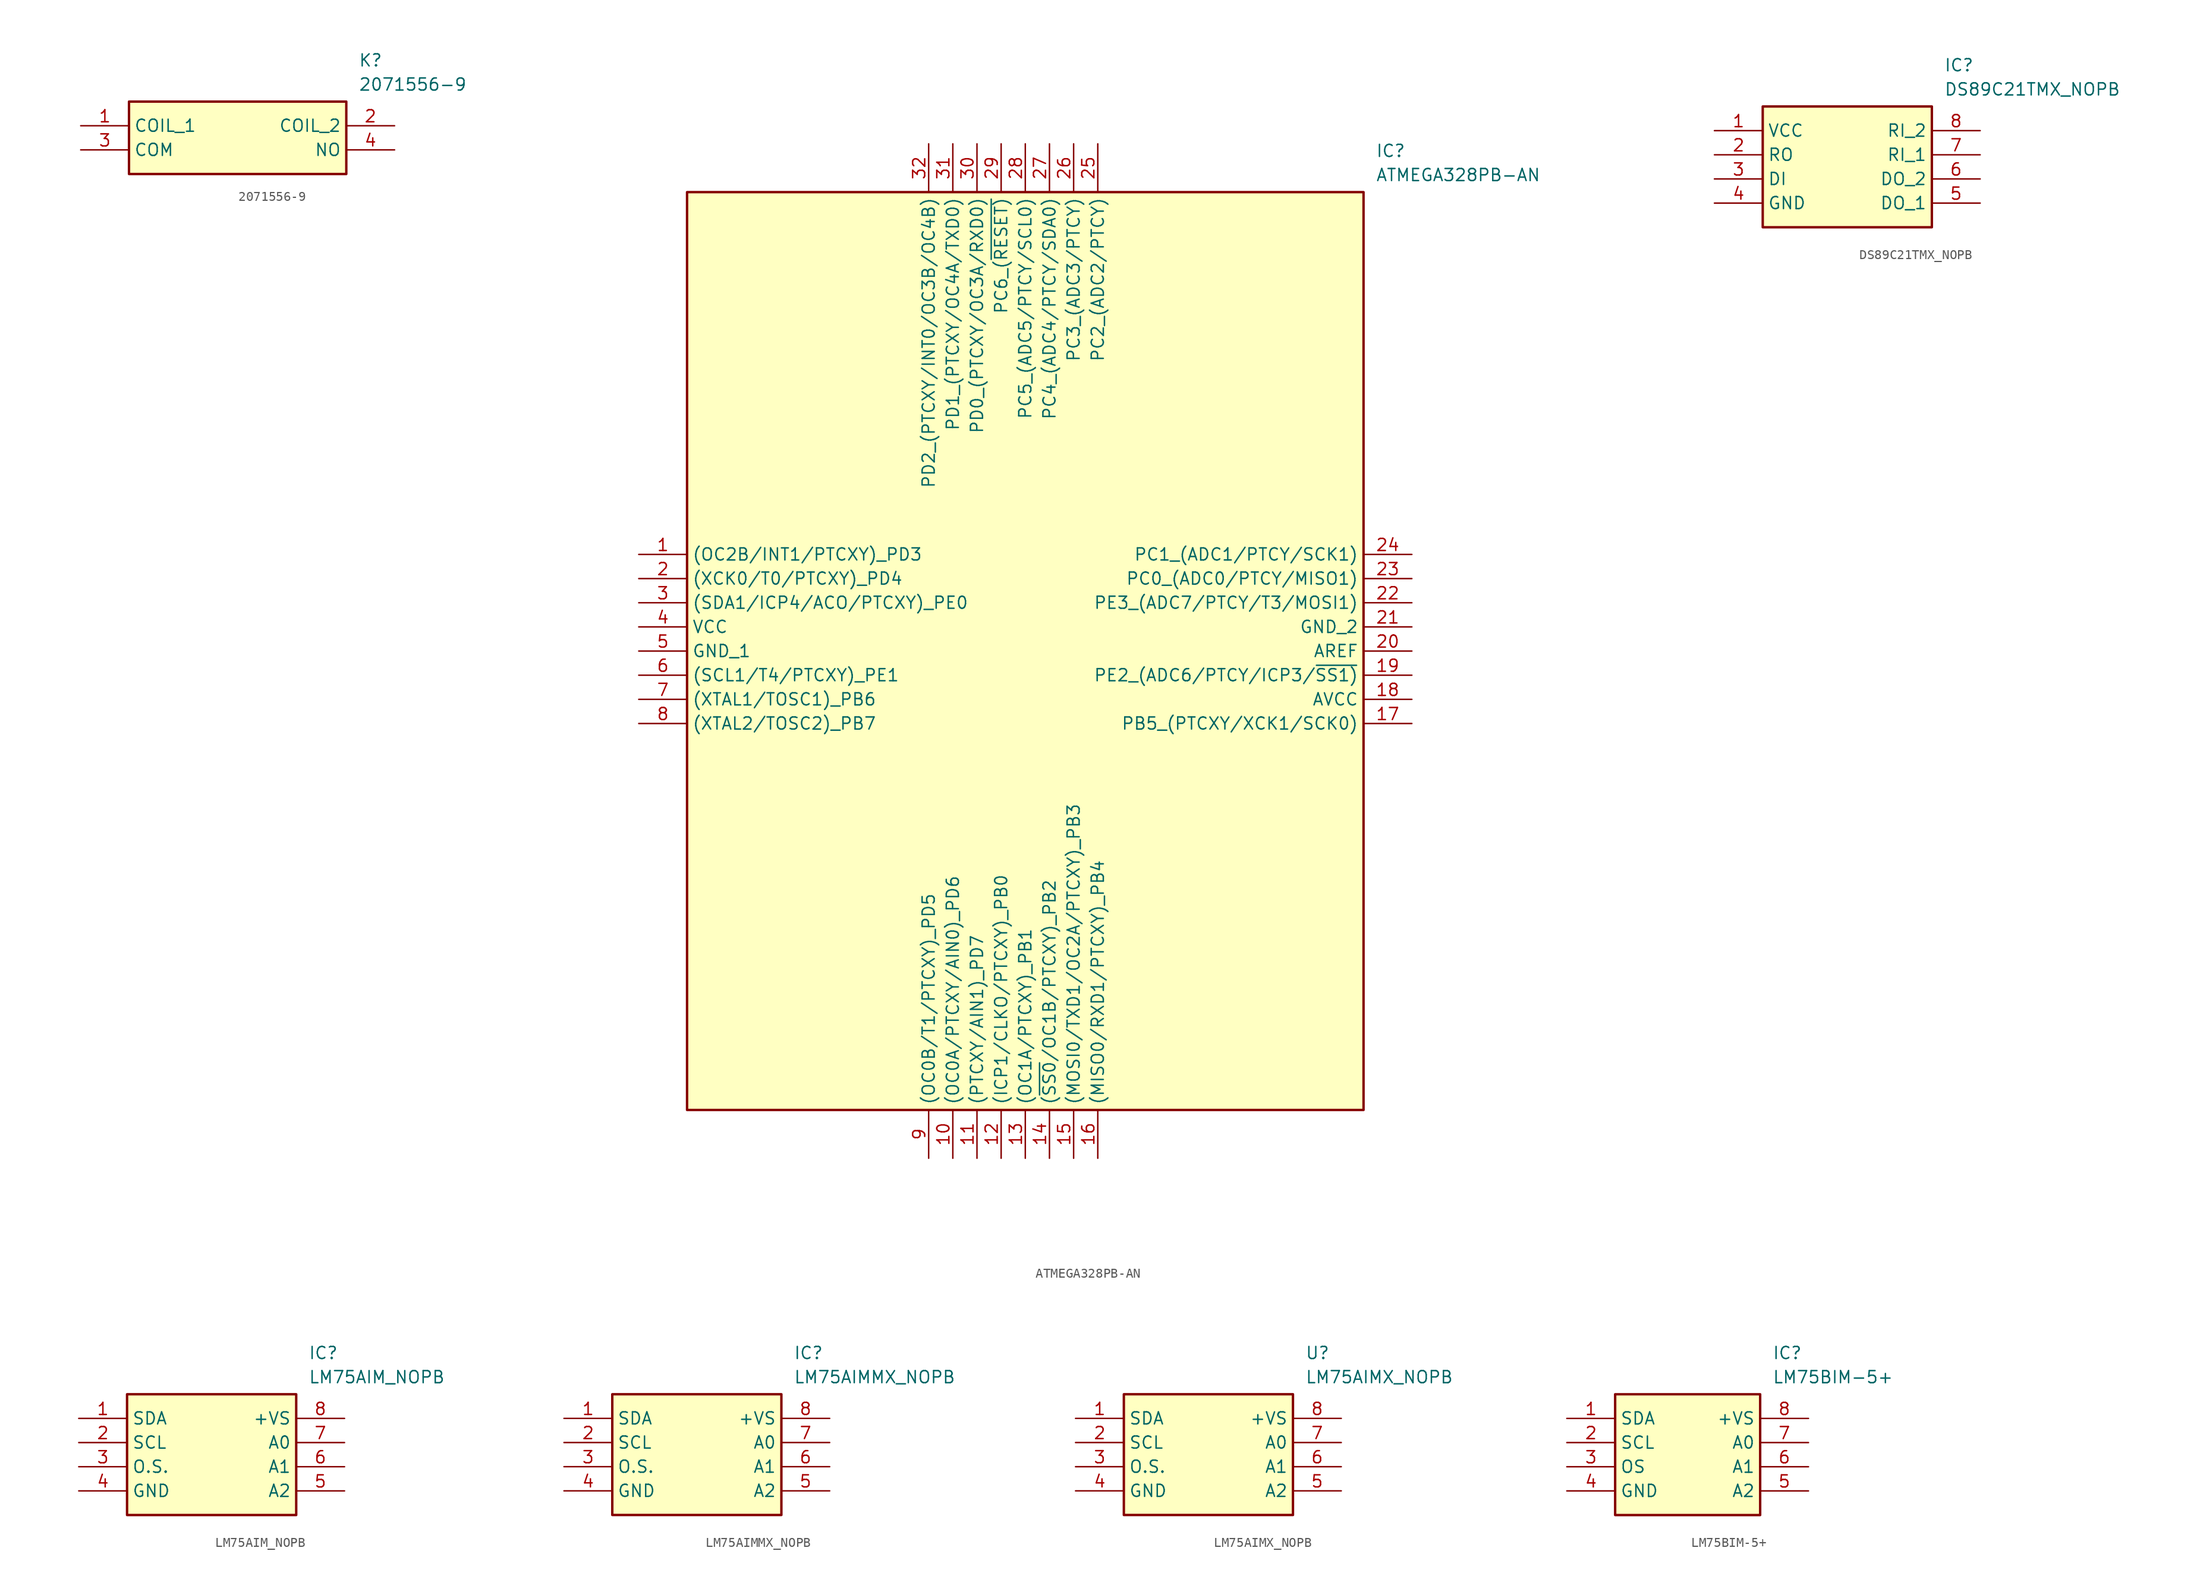
<source format=kicad_sym>
(kicad_symbol_lib
  (version 20220914)
  (generator kicad_symbol_editor)
  (symbol "2071556-9"
    (property "Reference" "K"
      (at 29.21 7.62 0)
      (effects (font (size 1.27 1.27)) (justify left top)))
    (property "Value" "2071556-9"
      (at 29.21 5.08 0)
      (effects (font (size 1.27 1.27)) (justify left top)))
    (rectangle
      (start 5.08 2.54)
      (end 27.94 -5.08)
      (stroke (width 0.254) (type default))
      (fill (type background)))
    (pin passive line
      (at 0 0 0)
      (length 5.08)
      (name "COIL_1" (effects (font (size 1.27 1.27))))
      (number "1" (effects (font (size 1.27 1.27)))))
    (pin passive line
      (at 33.02 0 180)
      (length 5.08)
      (name "COIL_2" (effects (font (size 1.27 1.27))))
      (number "2" (effects (font (size 1.27 1.27)))))
    (pin passive line
      (at 0 -2.54 0)
      (length 5.08)
      (name "COM" (effects (font (size 1.27 1.27))))
      (number "3" (effects (font (size 1.27 1.27)))))
    (pin passive line
      (at 33.02 -2.54 180)
      (length 5.08)
      (name "NO" (effects (font (size 1.27 1.27))))
      (number "4" (effects (font (size 1.27 1.27))))))
  (symbol "ATMEGA328PB-AN"
    (property "Reference" "IC"
      (at 77.47 43.18 0)
      (effects (font (size 1.27 1.27)) (justify left top)))
    (property "Value" "ATMEGA328PB-AN"
      (at 77.47 40.64 0)
      (effects (font (size 1.27 1.27)) (justify left top)))
    (rectangle
      (start 5.08 38.1)
      (end 76.2 -58.42)
      (stroke (width 0.254) (type default))
      (fill (type background)))
    (pin passive line
      (at 0 0 0)
      (length 5.08)
      (name "(OC2B/INT1/PTCXY)_PD3" (effects (font (size 1.27 1.27))))
      (number "1" (effects (font (size 1.27 1.27)))))
    (pin passive line
      (at 0 -2.54 0)
      (length 5.08)
      (name "(XCK0/T0/PTCXY)_PD4" (effects (font (size 1.27 1.27))))
      (number "2" (effects (font (size 1.27 1.27)))))
    (pin passive line
      (at 0 -5.08 0)
      (length 5.08)
      (name "(SDA1/ICP4/ACO/PTCXY)_PE0" (effects (font (size 1.27 1.27))))
      (number "3" (effects (font (size 1.27 1.27)))))
    (pin passive line
      (at 0 -7.62 0)
      (length 5.08)
      (name "VCC" (effects (font (size 1.27 1.27))))
      (number "4" (effects (font (size 1.27 1.27)))))
    (pin passive line
      (at 0 -10.16 0)
      (length 5.08)
      (name "GND_1" (effects (font (size 1.27 1.27))))
      (number "5" (effects (font (size 1.27 1.27)))))
    (pin passive line
      (at 0 -12.7 0)
      (length 5.08)
      (name "(SCL1/T4/PTCXY)_PE1" (effects (font (size 1.27 1.27))))
      (number "6" (effects (font (size 1.27 1.27)))))
    (pin passive line
      (at 0 -15.24 0)
      (length 5.08)
      (name "(XTAL1/TOSC1)_PB6" (effects (font (size 1.27 1.27))))
      (number "7" (effects (font (size 1.27 1.27)))))
    (pin passive line
      (at 0 -17.78 0)
      (length 5.08)
      (name "(XTAL2/TOSC2)_PB7" (effects (font (size 1.27 1.27))))
      (number "8" (effects (font (size 1.27 1.27)))))
    (pin passive line
      (at 30.48 -63.5 90)
      (length 5.08)
      (name "(OC0B/T1/PTCXY)_PD5" (effects (font (size 1.27 1.27))))
      (number "9" (effects (font (size 1.27 1.27)))))
    (pin passive line
      (at 33.02 -63.5 90)
      (length 5.08)
      (name "(OC0A/PTCXY/AIN0)_PD6" (effects (font (size 1.27 1.27))))
      (number "10" (effects (font (size 1.27 1.27)))))
    (pin passive line
      (at 35.56 -63.5 90)
      (length 5.08)
      (name "(PTCXY/AIN1)_PD7" (effects (font (size 1.27 1.27))))
      (number "11" (effects (font (size 1.27 1.27)))))
    (pin passive line
      (at 38.1 -63.5 90)
      (length 5.08)
      (name "(ICP1/CLKO/PTCXY)_PB0" (effects (font (size 1.27 1.27))))
      (number "12" (effects (font (size 1.27 1.27)))))
    (pin passive line
      (at 40.64 -63.5 90)
      (length 5.08)
      (name "(OC1A/PTCXY)_PB1" (effects (font (size 1.27 1.27))))
      (number "13" (effects (font (size 1.27 1.27)))))
    (pin passive line
      (at 43.18 -63.5 90)
      (length 5.08)
      (name "(~{SS0}/OC1B/PTCXY)_PB2" (effects (font (size 1.27 1.27))))
      (number "14" (effects (font (size 1.27 1.27)))))
    (pin passive line
      (at 45.72 -63.5 90)
      (length 5.08)
      (name "(MOSI0/TXD1/OC2A/PTCXY)_PB3" (effects (font (size 1.27 1.27))))
      (number "15" (effects (font (size 1.27 1.27)))))
    (pin passive line
      (at 48.26 -63.5 90)
      (length 5.08)
      (name "(MISO0/RXD1/PTCXY)_PB4" (effects (font (size 1.27 1.27))))
      (number "16" (effects (font (size 1.27 1.27)))))
    (pin passive line
      (at 81.28 0 180)
      (length 5.08)
      (name "PC1_(ADC1/PTCY/SCK1)" (effects (font (size 1.27 1.27))))
      (number "24" (effects (font (size 1.27 1.27)))))
    (pin passive line
      (at 81.28 -2.54 180)
      (length 5.08)
      (name "PC0_(ADC0/PTCY/MISO1)" (effects (font (size 1.27 1.27))))
      (number "23" (effects (font (size 1.27 1.27)))))
    (pin passive line
      (at 81.28 -5.08 180)
      (length 5.08)
      (name "PE3_(ADC7/PTCY/T3/MOSI1)" (effects (font (size 1.27 1.27))))
      (number "22" (effects (font (size 1.27 1.27)))))
    (pin passive line
      (at 81.28 -7.62 180)
      (length 5.08)
      (name "GND_2" (effects (font (size 1.27 1.27))))
      (number "21" (effects (font (size 1.27 1.27)))))
    (pin passive line
      (at 81.28 -10.16 180)
      (length 5.08)
      (name "AREF" (effects (font (size 1.27 1.27))))
      (number "20" (effects (font (size 1.27 1.27)))))
    (pin passive line
      (at 81.28 -12.7 180)
      (length 5.08)
      (name "PE2_(ADC6/PTCY/ICP3/~{SS1)}" (effects (font (size 1.27 1.27))))
      (number "19" (effects (font (size 1.27 1.27)))))
    (pin passive line
      (at 81.28 -15.24 180)
      (length 5.08)
      (name "AVCC" (effects (font (size 1.27 1.27))))
      (number "18" (effects (font (size 1.27 1.27)))))
    (pin passive line
      (at 81.28 -17.78 180)
      (length 5.08)
      (name "PB5_(PTCXY/XCK1/SCK0)" (effects (font (size 1.27 1.27))))
      (number "17" (effects (font (size 1.27 1.27)))))
    (pin passive line
      (at 30.48 43.18 270)
      (length 5.08)
      (name "PD2_(PTCXY/INT0/OC3B/OC4B)" (effects (font (size 1.27 1.27))))
      (number "32" (effects (font (size 1.27 1.27)))))
    (pin passive line
      (at 33.02 43.18 270)
      (length 5.08)
      (name "PD1_(PTCXY/OC4A/TXD0)" (effects (font (size 1.27 1.27))))
      (number "31" (effects (font (size 1.27 1.27)))))
    (pin passive line
      (at 35.56 43.18 270)
      (length 5.08)
      (name "PD0_(PTCXY/OC3A/RXD0)" (effects (font (size 1.27 1.27))))
      (number "30" (effects (font (size 1.27 1.27)))))
    (pin passive line
      (at 38.1 43.18 270)
      (length 5.08)
      (name "PC6_(~{RESET)}" (effects (font (size 1.27 1.27))))
      (number "29" (effects (font (size 1.27 1.27)))))
    (pin passive line
      (at 40.64 43.18 270)
      (length 5.08)
      (name "PC5_(ADC5/PTCY/SCL0)" (effects (font (size 1.27 1.27))))
      (number "28" (effects (font (size 1.27 1.27)))))
    (pin passive line
      (at 43.18 43.18 270)
      (length 5.08)
      (name "PC4_(ADC4/PTCY/SDA0)" (effects (font (size 1.27 1.27))))
      (number "27" (effects (font (size 1.27 1.27)))))
    (pin passive line
      (at 45.72 43.18 270)
      (length 5.08)
      (name "PC3_(ADC3/PTCY)" (effects (font (size 1.27 1.27))))
      (number "26" (effects (font (size 1.27 1.27)))))
    (pin passive line
      (at 48.26 43.18 270)
      (length 5.08)
      (name "PC2_(ADC2/PTCY)" (effects (font (size 1.27 1.27))))
      (number "25" (effects (font (size 1.27 1.27))))))
  (symbol "DS89C21TMX_NOPB"
    (property "Reference" "IC"
      (at 24.13 7.62 0)
      (effects (font (size 1.27 1.27)) (justify left top)))
    (property "Value" "DS89C21TMX_NOPB"
      (at 24.13 5.08 0)
      (effects (font (size 1.27 1.27)) (justify left top)))
    (rectangle
      (start 5.08 2.54)
      (end 22.86 -10.16)
      (stroke (width 0.254) (type default))
      (fill (type background)))
    (pin passive line
      (at 0 0 0)
      (length 5.08)
      (name "VCC" (effects (font (size 1.27 1.27))))
      (number "1" (effects (font (size 1.27 1.27)))))
    (pin passive line
      (at 0 -2.54 0)
      (length 5.08)
      (name "RO" (effects (font (size 1.27 1.27))))
      (number "2" (effects (font (size 1.27 1.27)))))
    (pin passive line
      (at 0 -5.08 0)
      (length 5.08)
      (name "DI" (effects (font (size 1.27 1.27))))
      (number "3" (effects (font (size 1.27 1.27)))))
    (pin passive line
      (at 0 -7.62 0)
      (length 5.08)
      (name "GND" (effects (font (size 1.27 1.27))))
      (number "4" (effects (font (size 1.27 1.27)))))
    (pin passive line
      (at 27.94 0 180)
      (length 5.08)
      (name "RI_2" (effects (font (size 1.27 1.27))))
      (number "8" (effects (font (size 1.27 1.27)))))
    (pin passive line
      (at 27.94 -2.54 180)
      (length 5.08)
      (name "RI_1" (effects (font (size 1.27 1.27))))
      (number "7" (effects (font (size 1.27 1.27)))))
    (pin passive line
      (at 27.94 -5.08 180)
      (length 5.08)
      (name "DO_2" (effects (font (size 1.27 1.27))))
      (number "6" (effects (font (size 1.27 1.27)))))
    (pin passive line
      (at 27.94 -7.62 180)
      (length 5.08)
      (name "DO_1" (effects (font (size 1.27 1.27))))
      (number "5" (effects (font (size 1.27 1.27))))))
  (symbol "LM75AIM_NOPB"
    (property "Reference" "IC"
      (at 24.13 7.62 0)
      (effects (font (size 1.27 1.27)) (justify left top)))
    (property "Value" "LM75AIM_NOPB"
      (at 24.13 5.08 0)
      (effects (font (size 1.27 1.27)) (justify left top)))
    (symbol "LM75AIM_NOPB_1_1"
      (rectangle (start 5.08 2.54) (end 22.86 -10.16) (stroke (width 0.254) (type default)) (fill (type background)))
      (pin passive line (at 0 0 0) (length 5.08) (name "SDA" (effects (font (size 1.27 1.27)))) (number "1" (effects (font (size 1.27 1.27)))))
      (pin passive line (at 0 -2.54 0) (length 5.08) (name "SCL" (effects (font (size 1.27 1.27)))) (number "2" (effects (font (size 1.27 1.27)))))
      (pin passive line (at 0 -5.08 0) (length 5.08) (name "O.S." (effects (font (size 1.27 1.27)))) (number "3" (effects (font (size 1.27 1.27)))))
      (pin power_in line (at 0 -7.62 0) (length 5.08) (name "GND" (effects (font (size 1.27 1.27)))) (number "4" (effects (font (size 1.27 1.27)))))
      (pin passive line (at 27.94 -7.62 180) (length 5.08) (name "A2" (effects (font (size 1.27 1.27)))) (number "5" (effects (font (size 1.27 1.27)))))
      (pin passive line (at 27.94 -5.08 180) (length 5.08) (name "A1" (effects (font (size 1.27 1.27)))) (number "6" (effects (font (size 1.27 1.27)))))
      (pin passive line (at 27.94 -2.54 180) (length 5.08) (name "A0" (effects (font (size 1.27 1.27)))) (number "7" (effects (font (size 1.27 1.27)))))
      (pin passive line (at 27.94 0 180) (length 5.08) (name "+VS" (effects (font (size 1.27 1.27)))) (number "8" (effects (font (size 1.27 1.27)))))))
  (symbol "LM75AIMMX_NOPB"
    (property "Reference" "IC"
      (at 24.13 7.62 0)
      (effects (font (size 1.27 1.27)) (justify left top)))
    (property "Value" "LM75AIMMX_NOPB"
      (at 24.13 5.08 0)
      (effects (font (size 1.27 1.27)) (justify left top)))
    (symbol "LM75AIMMX_NOPB_1_1"
      (rectangle (start 5.08 2.54) (end 22.86 -10.16) (stroke (width 0.254) (type default)) (fill (type background)))
      (pin passive line (at 0 0 0) (length 5.08) (name "SDA" (effects (font (size 1.27 1.27)))) (number "1" (effects (font (size 1.27 1.27)))))
      (pin passive line (at 0 -2.54 0) (length 5.08) (name "SCL" (effects (font (size 1.27 1.27)))) (number "2" (effects (font (size 1.27 1.27)))))
      (pin passive line (at 0 -5.08 0) (length 5.08) (name "O.S." (effects (font (size 1.27 1.27)))) (number "3" (effects (font (size 1.27 1.27)))))
      (pin passive line (at 0 -7.62 0) (length 5.08) (name "GND" (effects (font (size 1.27 1.27)))) (number "4" (effects (font (size 1.27 1.27)))))
      (pin passive line (at 27.94 -7.62 180) (length 5.08) (name "A2" (effects (font (size 1.27 1.27)))) (number "5" (effects (font (size 1.27 1.27)))))
      (pin passive line (at 27.94 -5.08 180) (length 5.08) (name "A1" (effects (font (size 1.27 1.27)))) (number "6" (effects (font (size 1.27 1.27)))))
      (pin passive line (at 27.94 -2.54 180) (length 5.08) (name "A0" (effects (font (size 1.27 1.27)))) (number "7" (effects (font (size 1.27 1.27)))))
      (pin passive line (at 27.94 0 180) (length 5.08) (name "+VS" (effects (font (size 1.27 1.27)))) (number "8" (effects (font (size 1.27 1.27)))))))
  (symbol "LM75AIMX_NOPB"
    (property "Reference" "U"
      (at 24.13 7.62 0)
      (effects (font (size 1.27 1.27)) (justify left top)))
    (property "Value" "LM75AIMX_NOPB"
      (at 24.13 5.08 0)
      (effects (font (size 1.27 1.27)) (justify left top)))
    (rectangle
      (start 5.08 2.54)
      (end 22.86 -10.16)
      (stroke (width 0.254) (type default))
      (fill (type background)))
    (pin bidirectional line
      (at 0 0 0)
      (length 5.08)
      (name "SDA" (effects (font (size 1.27 1.27))))
      (number "1" (effects (font (size 1.27 1.27)))))
    (pin bidirectional line
      (at 0 -2.54 0)
      (length 5.08)
      (name "SCL" (effects (font (size 1.27 1.27))))
      (number "2" (effects (font (size 1.27 1.27)))))
    (pin bidirectional line
      (at 0 -5.08 0)
      (length 5.08)
      (name "O.S." (effects (font (size 1.27 1.27))))
      (number "3" (effects (font (size 1.27 1.27)))))
    (pin power_in line
      (at 0 -7.62 0)
      (length 5.08)
      (name "GND" (effects (font (size 1.27 1.27))))
      (number "4" (effects (font (size 1.27 1.27)))))
    (pin power_in line
      (at 27.94 0 180)
      (length 5.08)
      (name "+VS" (effects (font (size 1.27 1.27))))
      (number "8" (effects (font (size 1.27 1.27)))))
    (pin bidirectional line
      (at 27.94 -2.54 180)
      (length 5.08)
      (name "A0" (effects (font (size 1.27 1.27))))
      (number "7" (effects (font (size 1.27 1.27)))))
    (pin bidirectional line
      (at 27.94 -5.08 180)
      (length 5.08)
      (name "A1" (effects (font (size 1.27 1.27))))
      (number "6" (effects (font (size 1.27 1.27)))))
    (pin bidirectional line
      (at 27.94 -7.62 180)
      (length 5.08)
      (name "A2" (effects (font (size 1.27 1.27))))
      (number "5" (effects (font (size 1.27 1.27))))))
  (symbol "LM75BIM-5+"
    (property "Reference" "IC"
      (at 21.59 7.62 0)
      (effects (font (size 1.27 1.27)) (justify left top)))
    (property "Value" "LM75BIM-5+"
      (at 21.59 5.08 0)
      (effects (font (size 1.27 1.27)) (justify left top)))
    (symbol "LM75BIM-5+_1_1"
      (rectangle (start 5.08 2.54) (end 20.32 -10.16) (stroke (width 0.254) (type default)) (fill (type background)))
      (pin passive line (at 0 0 0) (length 5.08) (name "SDA" (effects (font (size 1.27 1.27)))) (number "1" (effects (font (size 1.27 1.27)))))
      (pin passive line (at 0 -2.54 0) (length 5.08) (name "SCL" (effects (font (size 1.27 1.27)))) (number "2" (effects (font (size 1.27 1.27)))))
      (pin passive line (at 0 -5.08 0) (length 5.08) (name "OS" (effects (font (size 1.27 1.27)))) (number "3" (effects (font (size 1.27 1.27)))))
      (pin passive line (at 0 -7.62 0) (length 5.08) (name "GND" (effects (font (size 1.27 1.27)))) (number "4" (effects (font (size 1.27 1.27)))))
      (pin passive line (at 25.4 -7.62 180) (length 5.08) (name "A2" (effects (font (size 1.27 1.27)))) (number "5" (effects (font (size 1.27 1.27)))))
      (pin passive line (at 25.4 -5.08 180) (length 5.08) (name "A1" (effects (font (size 1.27 1.27)))) (number "6" (effects (font (size 1.27 1.27)))))
      (pin passive line (at 25.4 -2.54 180) (length 5.08) (name "A0" (effects (font (size 1.27 1.27)))) (number "7" (effects (font (size 1.27 1.27)))))
      (pin passive line (at 25.4 0 180) (length 5.08) (name "+VS" (effects (font (size 1.27 1.27)))) (number "8" (effects (font (size 1.27 1.27))))))))
</source>
